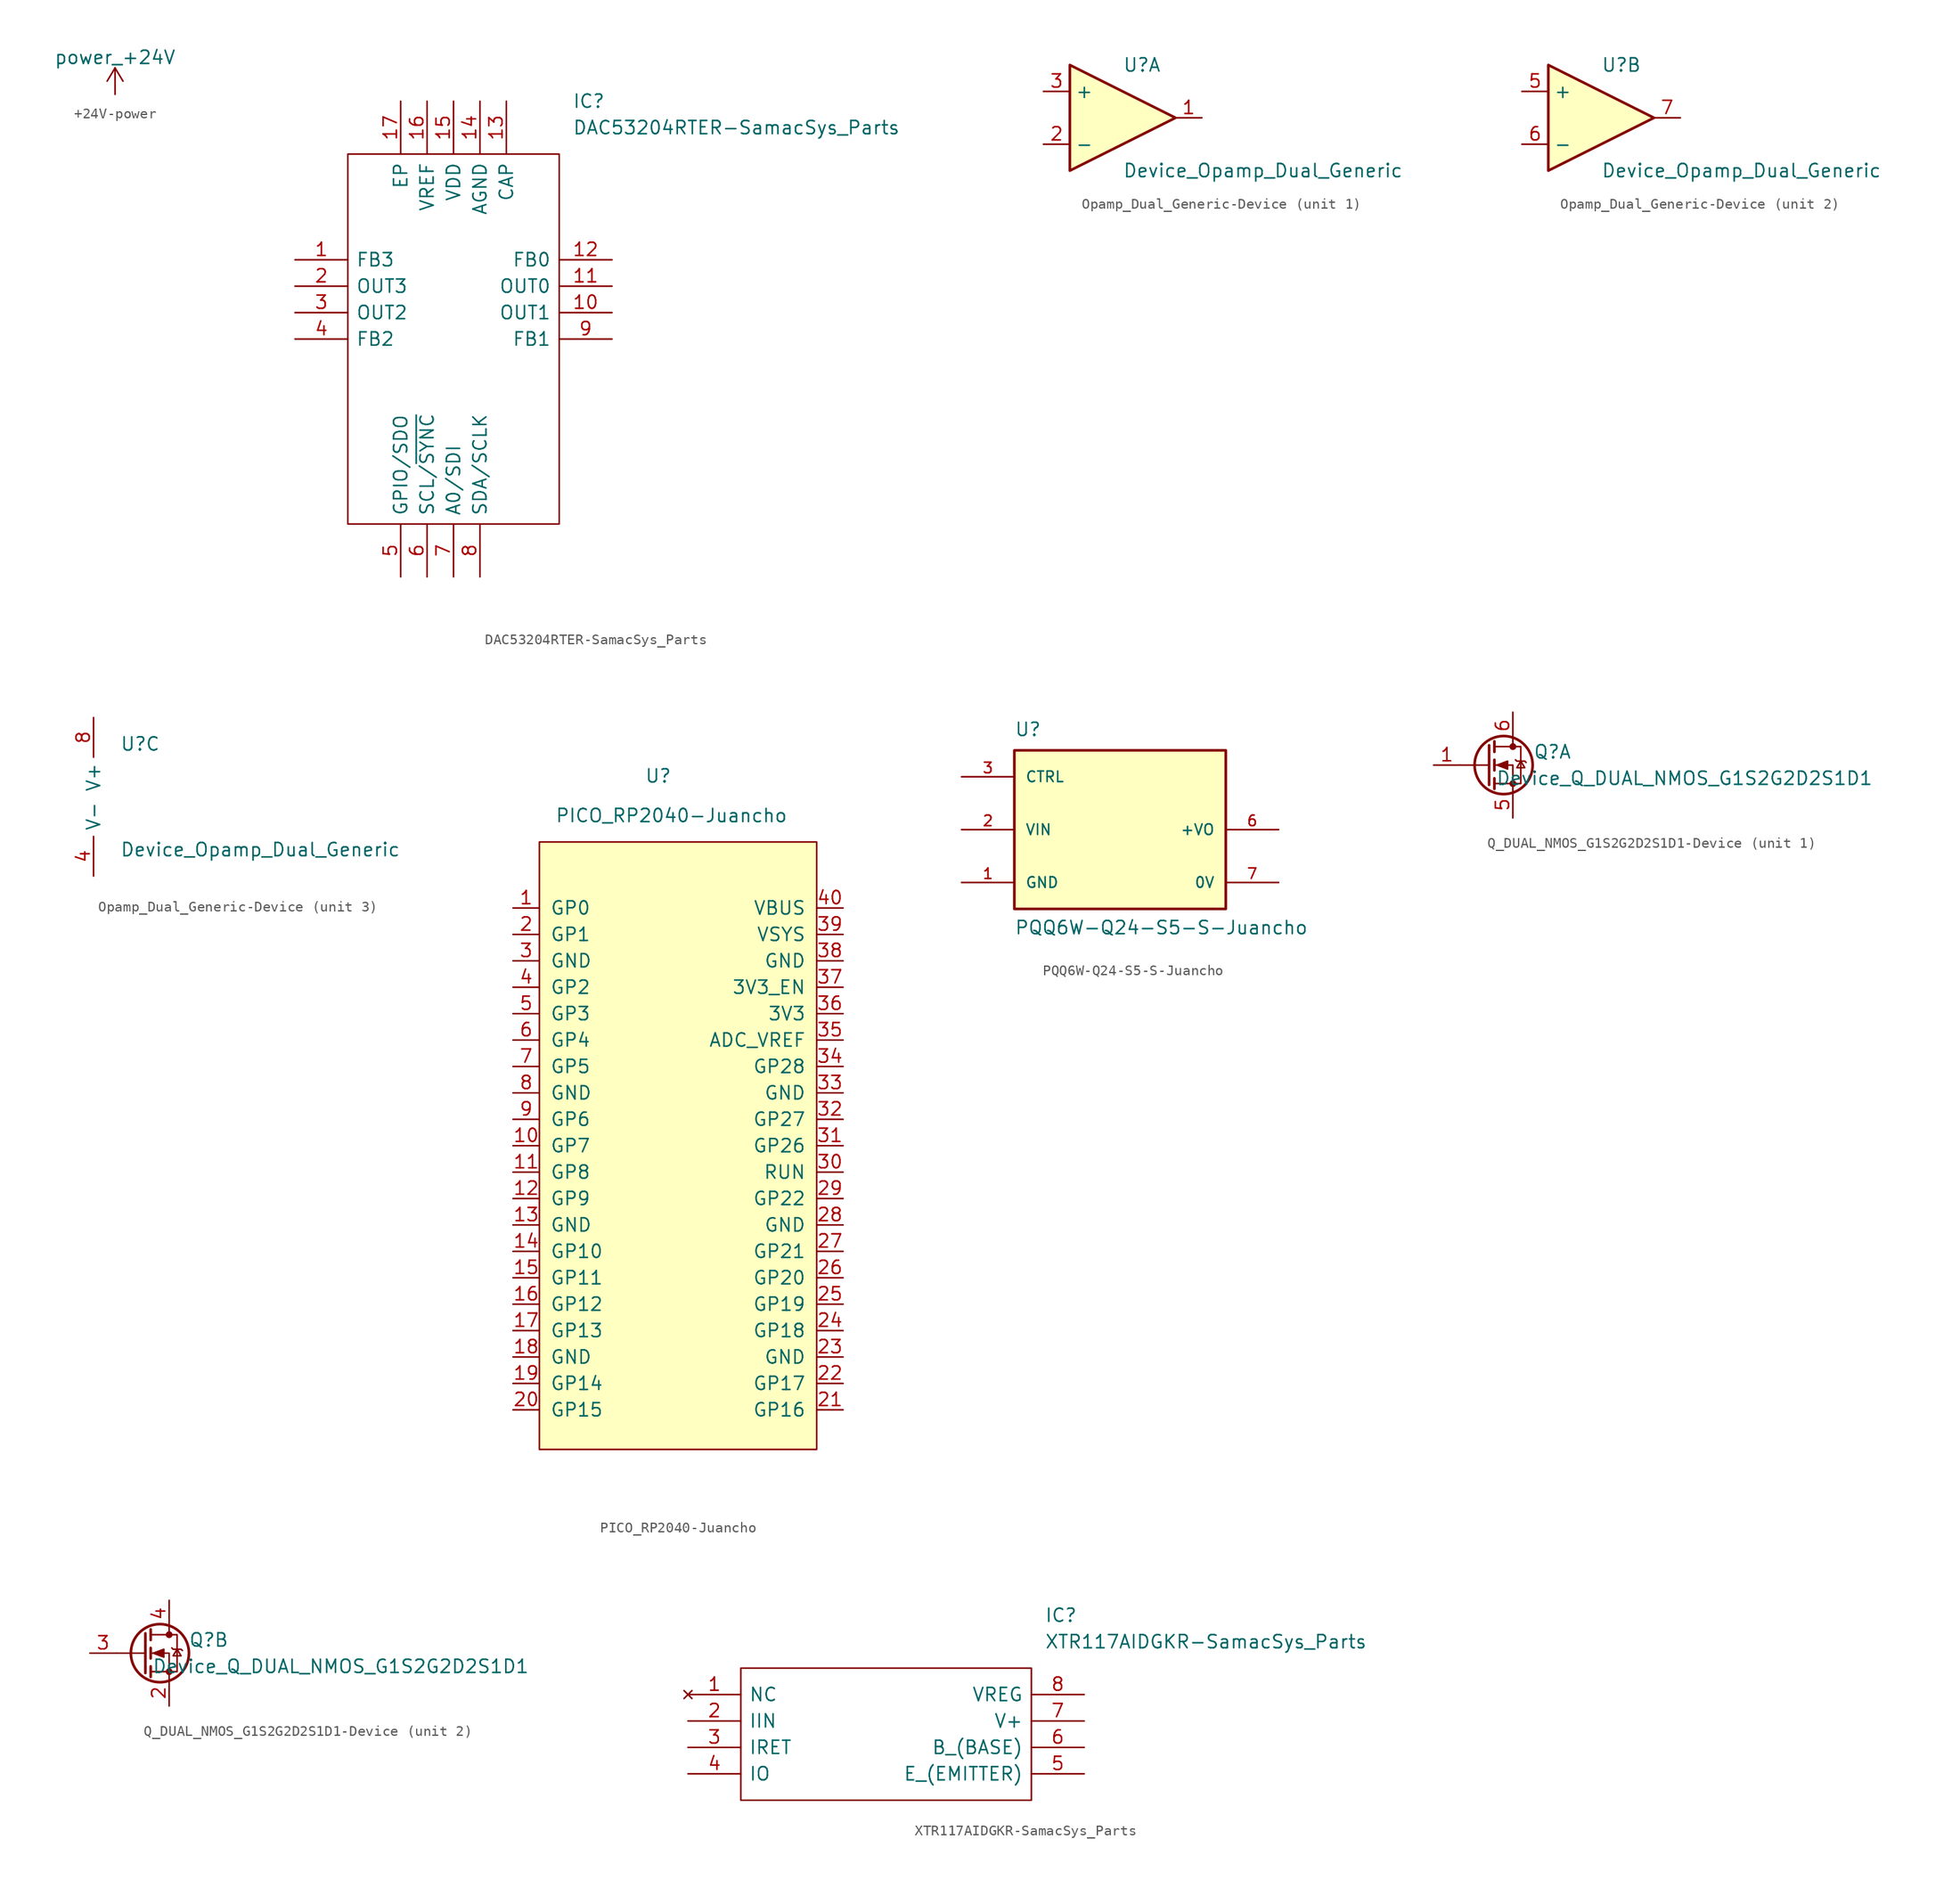
<source format=kicad_sym>
(kicad_symbol_lib
  (version 20231120)
  (generator "kicad_symbol_editor")
  (generator_version "8.0")
  (symbol "+24V-power"
    (power)
    (pin_names
      (offset 0))
    (property "Reference" "#PWR"
      (at 0 -3.81 0)
      (effects (font (size 1.27 1.27)) (hide yes)))
    (property "Value" "power_+24V"
      (at 0 3.556 0)
      (effects (font (size 1.27 1.27))))
    (symbol "+24V-power_0_1"
      (polyline (pts (xy -0.762 1.27) (xy 0 2.54)) (stroke (width 0) (type solid)) (fill (type none)))
      (polyline (pts (xy 0 0) (xy 0 2.54)) (stroke (width 0) (type solid)) (fill (type none)))
      (polyline (pts (xy 0 2.54) (xy 0.762 1.27)) (stroke (width 0) (type solid)) (fill (type none))))
    (symbol "+24V-power_1_1"
      (pin power_in line (at 0 0 90) (length 0) hide (name "+24V" (effects (font (size 1.27 1.27)))) (number "1" (effects (font (size 1.27 1.27)))))))
  (symbol "DAC53204RTER-SamacSys_Parts"
    (pin_names
      (offset 0.762))
    (property "Reference" "IC"
      (at 26.67 15.24 0)
      (effects (font (size 1.27 1.27)) (justify left)))
    (property "Value" "DAC53204RTER-SamacSys_Parts"
      (at 26.67 12.7 0)
      (effects (font (size 1.27 1.27)) (justify left)))
    (symbol "DAC53204RTER-SamacSys_Parts_0_0"
      (pin passive line (at 0 0 0) (length 5.08) (name "FB3" (effects (font (size 1.27 1.27)))) (number "1" (effects (font (size 1.27 1.27)))))
      (pin passive line (at 30.48 -5.08 180) (length 5.08) (name "OUT1" (effects (font (size 1.27 1.27)))) (number "10" (effects (font (size 1.27 1.27)))))
      (pin passive line (at 30.48 -2.54 180) (length 5.08) (name "OUT0" (effects (font (size 1.27 1.27)))) (number "11" (effects (font (size 1.27 1.27)))))
      (pin passive line (at 30.48 0 180) (length 5.08) (name "FB0" (effects (font (size 1.27 1.27)))) (number "12" (effects (font (size 1.27 1.27)))))
      (pin passive line (at 20.32 15.24 270) (length 5.08) (name "CAP" (effects (font (size 1.27 1.27)))) (number "13" (effects (font (size 1.27 1.27)))))
      (pin passive line (at 17.78 15.24 270) (length 5.08) (name "AGND" (effects (font (size 1.27 1.27)))) (number "14" (effects (font (size 1.27 1.27)))))
      (pin passive line (at 15.24 15.24 270) (length 5.08) (name "VDD" (effects (font (size 1.27 1.27)))) (number "15" (effects (font (size 1.27 1.27)))))
      (pin passive line (at 12.7 15.24 270) (length 5.08) (name "VREF" (effects (font (size 1.27 1.27)))) (number "16" (effects (font (size 1.27 1.27)))))
      (pin passive line (at 10.16 15.24 270) (length 5.08) (name "EP" (effects (font (size 1.27 1.27)))) (number "17" (effects (font (size 1.27 1.27)))))
      (pin passive line (at 0 -2.54 0) (length 5.08) (name "OUT3" (effects (font (size 1.27 1.27)))) (number "2" (effects (font (size 1.27 1.27)))))
      (pin passive line (at 0 -5.08 0) (length 5.08) (name "OUT2" (effects (font (size 1.27 1.27)))) (number "3" (effects (font (size 1.27 1.27)))))
      (pin passive line (at 0 -7.62 0) (length 5.08) (name "FB2" (effects (font (size 1.27 1.27)))) (number "4" (effects (font (size 1.27 1.27)))))
      (pin passive line (at 10.16 -30.48 90) (length 5.08) (name "GPIO/SDO" (effects (font (size 1.27 1.27)))) (number "5" (effects (font (size 1.27 1.27)))))
      (pin passive line (at 12.7 -30.48 90) (length 5.08) (name "SCL/~{SYNC}" (effects (font (size 1.27 1.27)))) (number "6" (effects (font (size 1.27 1.27)))))
      (pin passive line (at 15.24 -30.48 90) (length 5.08) (name "A0/SDI" (effects (font (size 1.27 1.27)))) (number "7" (effects (font (size 1.27 1.27)))))
      (pin passive line (at 17.78 -30.48 90) (length 5.08) (name "SDA/SCLK" (effects (font (size 1.27 1.27)))) (number "8" (effects (font (size 1.27 1.27)))))
      (pin passive line (at 30.48 -7.62 180) (length 5.08) (name "FB1" (effects (font (size 1.27 1.27)))) (number "9" (effects (font (size 1.27 1.27))))))
    (symbol "DAC53204RTER-SamacSys_Parts_0_1"
      (polyline (pts (xy 5.08 10.16) (xy 25.4 10.16) (xy 25.4 -25.4) (xy 5.08 -25.4) (xy 5.08 10.16)) (stroke (width 0.152) (type solid)) (fill (type none)))))
  (symbol "Opamp_Dual_Generic-Device"
    (property "Reference" "U"
      (at 0 5.08 0)
      (effects (font (size 1.27 1.27)) (justify left)))
    (property "Value" "Device_Opamp_Dual_Generic"
      (at 0 -5.08 0)
      (effects (font (size 1.27 1.27)) (justify left)))
    (property "ki_locked" ""
      (at 0 0 0)
      (effects (font (size 1.27 1.27))))
    (symbol "Opamp_Dual_Generic-Device_1_1"
      (polyline (pts (xy -5.08 5.08) (xy 5.08 0) (xy -5.08 -5.08) (xy -5.08 5.08)) (stroke (width 0.254) (type solid)) (fill (type background)))
      (pin output line (at 7.62 0 180) (length 2.54) (name "~" (effects (font (size 1.27 1.27)))) (number "1" (effects (font (size 1.27 1.27)))))
      (pin input line (at -7.62 -2.54 0) (length 2.54) (name "-" (effects (font (size 1.27 1.27)))) (number "2" (effects (font (size 1.27 1.27)))))
      (pin input line (at -7.62 2.54 0) (length 2.54) (name "+" (effects (font (size 1.27 1.27)))) (number "3" (effects (font (size 1.27 1.27))))))
    (symbol "Opamp_Dual_Generic-Device_2_1"
      (polyline (pts (xy -5.08 5.08) (xy 5.08 0) (xy -5.08 -5.08) (xy -5.08 5.08)) (stroke (width 0.254) (type solid)) (fill (type background)))
      (pin input line (at -7.62 2.54 0) (length 2.54) (name "+" (effects (font (size 1.27 1.27)))) (number "5" (effects (font (size 1.27 1.27)))))
      (pin input line (at -7.62 -2.54 0) (length 2.54) (name "-" (effects (font (size 1.27 1.27)))) (number "6" (effects (font (size 1.27 1.27)))))
      (pin output line (at 7.62 0 180) (length 2.54) (name "~" (effects (font (size 1.27 1.27)))) (number "7" (effects (font (size 1.27 1.27))))))
    (symbol "Opamp_Dual_Generic-Device_3_1"
      (pin power_in line (at -2.54 -7.62 90) (length 3.81) (name "V-" (effects (font (size 1.27 1.27)))) (number "4" (effects (font (size 1.27 1.27)))))
      (pin power_in line (at -2.54 7.62 270) (length 3.81) (name "V+" (effects (font (size 1.27 1.27)))) (number "8" (effects (font (size 1.27 1.27)))))))
  (symbol "PICO_RP2040-Juancho"
    (pin_names
      (offset 1.016))
    (property "Reference" "U"
      (at -2.54 36.83 0)
      (effects (font (size 1.27 1.27))))
    (property "Value" "PICO_RP2040-Juancho"
      (at -1.27 33.02 0)
      (effects (font (size 1.27 1.27))))
    (symbol "PICO_RP2040-Juancho_0_1"
      (polyline (pts (xy -13.97 30.48) (xy 12.7 30.48) (xy 12.7 -27.94) (xy -13.97 -27.94) (xy -13.97 30.48)) (stroke (width 0) (type solid)) (fill (type background))))
    (symbol "PICO_RP2040-Juancho_1_1"
      (pin tri_state line (at -16.51 24.13 0) (length 2.54) (name "GP0" (effects (font (size 1.27 1.27)))) (number "1" (effects (font (size 1.27 1.27)))))
      (pin tri_state line (at -16.51 1.27 0) (length 2.54) (name "GP7" (effects (font (size 1.27 1.27)))) (number "10" (effects (font (size 1.27 1.27)))))
      (pin tri_state line (at -16.51 -1.27 0) (length 2.54) (name "GP8" (effects (font (size 1.27 1.27)))) (number "11" (effects (font (size 1.27 1.27)))))
      (pin tri_state line (at -16.51 -3.81 0) (length 2.54) (name "GP9" (effects (font (size 1.27 1.27)))) (number "12" (effects (font (size 1.27 1.27)))))
      (pin input line (at -16.51 -6.35 0) (length 2.54) (name "GND" (effects (font (size 1.27 1.27)))) (number "13" (effects (font (size 1.27 1.27)))))
      (pin tri_state line (at -16.51 -8.89 0) (length 2.54) (name "GP10" (effects (font (size 1.27 1.27)))) (number "14" (effects (font (size 1.27 1.27)))))
      (pin tri_state line (at -16.51 -11.43 0) (length 2.54) (name "GP11" (effects (font (size 1.27 1.27)))) (number "15" (effects (font (size 1.27 1.27)))))
      (pin tri_state line (at -16.51 -13.97 0) (length 2.54) (name "GP12" (effects (font (size 1.27 1.27)))) (number "16" (effects (font (size 1.27 1.27)))))
      (pin tri_state line (at -16.51 -16.51 0) (length 2.54) (name "GP13" (effects (font (size 1.27 1.27)))) (number "17" (effects (font (size 1.27 1.27)))))
      (pin input line (at -16.51 -19.05 0) (length 2.54) (name "GND" (effects (font (size 1.27 1.27)))) (number "18" (effects (font (size 1.27 1.27)))))
      (pin tri_state line (at -16.51 -21.59 0) (length 2.54) (name "GP14" (effects (font (size 1.27 1.27)))) (number "19" (effects (font (size 1.27 1.27)))))
      (pin tri_state line (at -16.51 21.59 0) (length 2.54) (name "GP1" (effects (font (size 1.27 1.27)))) (number "2" (effects (font (size 1.27 1.27)))))
      (pin tri_state line (at -16.51 -24.13 0) (length 2.54) (name "GP15" (effects (font (size 1.27 1.27)))) (number "20" (effects (font (size 1.27 1.27)))))
      (pin tri_state line (at 15.24 -24.13 180) (length 2.54) (name "GP16" (effects (font (size 1.27 1.27)))) (number "21" (effects (font (size 1.27 1.27)))))
      (pin tri_state line (at 15.24 -21.59 180) (length 2.54) (name "GP17" (effects (font (size 1.27 1.27)))) (number "22" (effects (font (size 1.27 1.27)))))
      (pin input line (at 15.24 -19.05 180) (length 2.54) (name "GND" (effects (font (size 1.27 1.27)))) (number "23" (effects (font (size 1.27 1.27)))))
      (pin tri_state line (at 15.24 -16.51 180) (length 2.54) (name "GP18" (effects (font (size 1.27 1.27)))) (number "24" (effects (font (size 1.27 1.27)))))
      (pin tri_state line (at 15.24 -13.97 180) (length 2.54) (name "GP19" (effects (font (size 1.27 1.27)))) (number "25" (effects (font (size 1.27 1.27)))))
      (pin tri_state line (at 15.24 -11.43 180) (length 2.54) (name "GP20" (effects (font (size 1.27 1.27)))) (number "26" (effects (font (size 1.27 1.27)))))
      (pin tri_state line (at 15.24 -8.89 180) (length 2.54) (name "GP21" (effects (font (size 1.27 1.27)))) (number "27" (effects (font (size 1.27 1.27)))))
      (pin input line (at 15.24 -6.35 180) (length 2.54) (name "GND" (effects (font (size 1.27 1.27)))) (number "28" (effects (font (size 1.27 1.27)))))
      (pin tri_state line (at 15.24 -3.81 180) (length 2.54) (name "GP22" (effects (font (size 1.27 1.27)))) (number "29" (effects (font (size 1.27 1.27)))))
      (pin input line (at -16.51 19.05 0) (length 2.54) (name "GND" (effects (font (size 1.27 1.27)))) (number "3" (effects (font (size 1.27 1.27)))))
      (pin input line (at 15.24 -1.27 180) (length 2.54) (name "RUN" (effects (font (size 1.27 1.27)))) (number "30" (effects (font (size 1.27 1.27)))))
      (pin tri_state line (at 15.24 1.27 180) (length 2.54) (name "GP26" (effects (font (size 1.27 1.27)))) (number "31" (effects (font (size 1.27 1.27)))))
      (pin tri_state line (at 15.24 3.81 180) (length 2.54) (name "GP27" (effects (font (size 1.27 1.27)))) (number "32" (effects (font (size 1.27 1.27)))))
      (pin input line (at 15.24 6.35 180) (length 2.54) (name "GND" (effects (font (size 1.27 1.27)))) (number "33" (effects (font (size 1.27 1.27)))))
      (pin tri_state line (at 15.24 8.89 180) (length 2.54) (name "GP28" (effects (font (size 1.27 1.27)))) (number "34" (effects (font (size 1.27 1.27)))))
      (pin power_out line (at 15.24 11.43 180) (length 2.54) (name "ADC_VREF" (effects (font (size 1.27 1.27)))) (number "35" (effects (font (size 1.27 1.27)))))
      (pin power_out line (at 15.24 13.97 180) (length 2.54) (name "3V3" (effects (font (size 1.27 1.27)))) (number "36" (effects (font (size 1.27 1.27)))))
      (pin power_out line (at 15.24 16.51 180) (length 2.54) (name "3V3_EN" (effects (font (size 1.27 1.27)))) (number "37" (effects (font (size 1.27 1.27)))))
      (pin input line (at 15.24 19.05 180) (length 2.54) (name "GND" (effects (font (size 1.27 1.27)))) (number "38" (effects (font (size 1.27 1.27)))))
      (pin input line (at 15.24 21.59 180) (length 2.54) (name "VSYS" (effects (font (size 1.27 1.27)))) (number "39" (effects (font (size 1.27 1.27)))))
      (pin tri_state line (at -16.51 16.51 0) (length 2.54) (name "GP2" (effects (font (size 1.27 1.27)))) (number "4" (effects (font (size 1.27 1.27)))))
      (pin input line (at 15.24 24.13 180) (length 2.54) (name "VBUS" (effects (font (size 1.27 1.27)))) (number "40" (effects (font (size 1.27 1.27)))))
      (pin tri_state line (at -16.51 13.97 0) (length 2.54) (name "GP3" (effects (font (size 1.27 1.27)))) (number "5" (effects (font (size 1.27 1.27)))))
      (pin tri_state line (at -16.51 11.43 0) (length 2.54) (name "GP4" (effects (font (size 1.27 1.27)))) (number "6" (effects (font (size 1.27 1.27)))))
      (pin tri_state line (at -16.51 8.89 0) (length 2.54) (name "GP5" (effects (font (size 1.27 1.27)))) (number "7" (effects (font (size 1.27 1.27)))))
      (pin input line (at -16.51 6.35 0) (length 2.54) (name "GND" (effects (font (size 1.27 1.27)))) (number "8" (effects (font (size 1.27 1.27)))))
      (pin tri_state line (at -16.51 3.81 0) (length 2.54) (name "GP6" (effects (font (size 1.27 1.27)))) (number "9" (effects (font (size 1.27 1.27)))))))
  (symbol "PQQ6W-Q24-S5-S-Juancho"
    (pin_names
      (offset 1.016))
    (property "Reference" "U"
      (at -10.16 8.89 0)
      (effects (font (size 1.27 1.27)) (justify left bottom)))
    (property "Value" "PQQ6W-Q24-S5-S-Juancho"
      (at -10.16 -10.16 0)
      (effects (font (size 1.27 1.27)) (justify left bottom)))
    (property "ki_locked" ""
      (at 0 0 0)
      (effects (font (size 1.27 1.27))))
    (symbol "PQQ6W-Q24-S5-S-Juancho_0_0"
      (rectangle (start -10.16 -7.62) (end 10.16 7.62) (stroke (width 0.254) (type solid)) (fill (type background)))
      (pin power_in line (at -15.24 -5.08 0) (length 5.08) (name "GND" (effects (font (size 1.016 1.016)))) (number "1" (effects (font (size 1.016 1.016)))))
      (pin input line (at -15.24 0 0) (length 5.08) (name "VIN" (effects (font (size 1.016 1.016)))) (number "2" (effects (font (size 1.016 1.016)))))
      (pin input line (at -15.24 5.08 0) (length 5.08) (name "CTRL" (effects (font (size 1.016 1.016)))) (number "3" (effects (font (size 1.016 1.016)))))
      (pin output line (at 15.24 0 180) (length 5.08) (name "+VO" (effects (font (size 1.016 1.016)))) (number "6" (effects (font (size 1.016 1.016)))))
      (pin output line (at 15.24 -5.08 180) (length 5.08) (name "0V" (effects (font (size 1.016 1.016)))) (number "7" (effects (font (size 1.016 1.016)))))))
  (symbol "Q_DUAL_NMOS_G1S2G2D2S1D1-Device"
    (pin_names
      (offset 0) hide)
    (property "Reference" "Q"
      (at 6.35 1.27 0)
      (effects (font (size 1.27 1.27))))
    (property "Value" "Device_Q_DUAL_NMOS_G1S2G2D2S1D1"
      (at 19.05 -1.27 0)
      (effects (font (size 1.27 1.27))))
    (symbol "Q_DUAL_NMOS_G1S2G2D2S1D1-Device_0_1"
      (polyline (pts (xy 0.254 0) (xy -2.54 0)) (stroke (width 0) (type solid)) (fill (type none)))
      (polyline (pts (xy 0.254 1.905) (xy 0.254 -1.905)) (stroke (width 0.254) (type solid)) (fill (type none)))
      (polyline (pts (xy 0.762 -1.27) (xy 0.762 -2.286)) (stroke (width 0.254) (type solid)) (fill (type none)))
      (polyline (pts (xy 0.762 0.508) (xy 0.762 -0.508)) (stroke (width 0.254) (type solid)) (fill (type none)))
      (polyline (pts (xy 0.762 2.286) (xy 0.762 1.27)) (stroke (width 0.254) (type solid)) (fill (type none)))
      (polyline (pts (xy 2.54 2.54) (xy 2.54 1.778)) (stroke (width 0) (type solid)) (fill (type none)))
      (polyline (pts (xy 2.54 -2.54) (xy 2.54 0) (xy 0.762 0)) (stroke (width 0) (type solid)) (fill (type none)))
      (polyline (pts (xy 0.762 -1.778) (xy 3.302 -1.778) (xy 3.302 1.778) (xy 0.762 1.778)) (stroke (width 0) (type solid)) (fill (type none)))
      (polyline (pts (xy 1.016 0) (xy 2.032 0.381) (xy 2.032 -0.381) (xy 1.016 0)) (stroke (width 0) (type solid)) (fill (type outline)))
      (polyline (pts (xy 2.794 0.508) (xy 2.921 0.381) (xy 3.683 0.381) (xy 3.81 0.254)) (stroke (width 0) (type solid)) (fill (type none)))
      (polyline (pts (xy 3.302 0.381) (xy 2.921 -0.254) (xy 3.683 -0.254) (xy 3.302 0.381)) (stroke (width 0) (type solid)) (fill (type none)))
      (circle (center 1.651 0) (radius 2.794) (stroke (width 0.254) (type solid)) (fill (type none)))
      (circle (center 2.54 -1.778) (radius 0.254) (stroke (width 0) (type solid)) (fill (type outline)))
      (circle (center 2.54 1.778) (radius 0.254) (stroke (width 0) (type solid)) (fill (type outline))))
    (symbol "Q_DUAL_NMOS_G1S2G2D2S1D1-Device_1_1"
      (pin input line (at -5.08 0 0) (length 2.54) (name "G" (effects (font (size 1.27 1.27)))) (number "1" (effects (font (size 1.27 1.27)))))
      (pin passive line (at 2.54 -5.08 90) (length 2.54) (name "S" (effects (font (size 1.27 1.27)))) (number "5" (effects (font (size 1.27 1.27)))))
      (pin passive line (at 2.54 5.08 270) (length 2.54) (name "D" (effects (font (size 1.27 1.27)))) (number "6" (effects (font (size 1.27 1.27))))))
    (symbol "Q_DUAL_NMOS_G1S2G2D2S1D1-Device_2_1"
      (pin passive line (at 2.54 -5.08 90) (length 2.54) (name "S" (effects (font (size 1.27 1.27)))) (number "2" (effects (font (size 1.27 1.27)))))
      (pin input line (at -5.08 0 0) (length 2.54) (name "G" (effects (font (size 1.27 1.27)))) (number "3" (effects (font (size 1.27 1.27)))))
      (pin passive line (at 2.54 5.08 270) (length 2.54) (name "D" (effects (font (size 1.27 1.27)))) (number "4" (effects (font (size 1.27 1.27)))))))
  (symbol "XTR117AIDGKR-SamacSys_Parts"
    (pin_names
      (offset 0.762))
    (property "Reference" "IC"
      (at 34.29 7.62 0)
      (effects (font (size 1.27 1.27)) (justify left)))
    (property "Value" "XTR117AIDGKR-SamacSys_Parts"
      (at 34.29 5.08 0)
      (effects (font (size 1.27 1.27)) (justify left)))
    (symbol "XTR117AIDGKR-SamacSys_Parts_0_0"
      (pin no_connect line (at 0 0 0) (length 5.08) (name "NC" (effects (font (size 1.27 1.27)))) (number "1" (effects (font (size 1.27 1.27)))))
      (pin passive line (at 0 -2.54 0) (length 5.08) (name "IIN" (effects (font (size 1.27 1.27)))) (number "2" (effects (font (size 1.27 1.27)))))
      (pin passive line (at 0 -5.08 0) (length 5.08) (name "IRET" (effects (font (size 1.27 1.27)))) (number "3" (effects (font (size 1.27 1.27)))))
      (pin passive line (at 0 -7.62 0) (length 5.08) (name "IO" (effects (font (size 1.27 1.27)))) (number "4" (effects (font (size 1.27 1.27)))))
      (pin passive line (at 38.1 -7.62 180) (length 5.08) (name "E_(EMITTER)" (effects (font (size 1.27 1.27)))) (number "5" (effects (font (size 1.27 1.27)))))
      (pin passive line (at 38.1 -5.08 180) (length 5.08) (name "B_(BASE)" (effects (font (size 1.27 1.27)))) (number "6" (effects (font (size 1.27 1.27)))))
      (pin passive line (at 38.1 -2.54 180) (length 5.08) (name "V+" (effects (font (size 1.27 1.27)))) (number "7" (effects (font (size 1.27 1.27)))))
      (pin passive line (at 38.1 0 180) (length 5.08) (name "VREG" (effects (font (size 1.27 1.27)))) (number "8" (effects (font (size 1.27 1.27))))))
    (symbol "XTR117AIDGKR-SamacSys_Parts_0_1"
      (polyline (pts (xy 5.08 2.54) (xy 33.02 2.54) (xy 33.02 -10.16) (xy 5.08 -10.16) (xy 5.08 2.54)) (stroke (width 0.152) (type solid)) (fill (type none))))))
</source>
